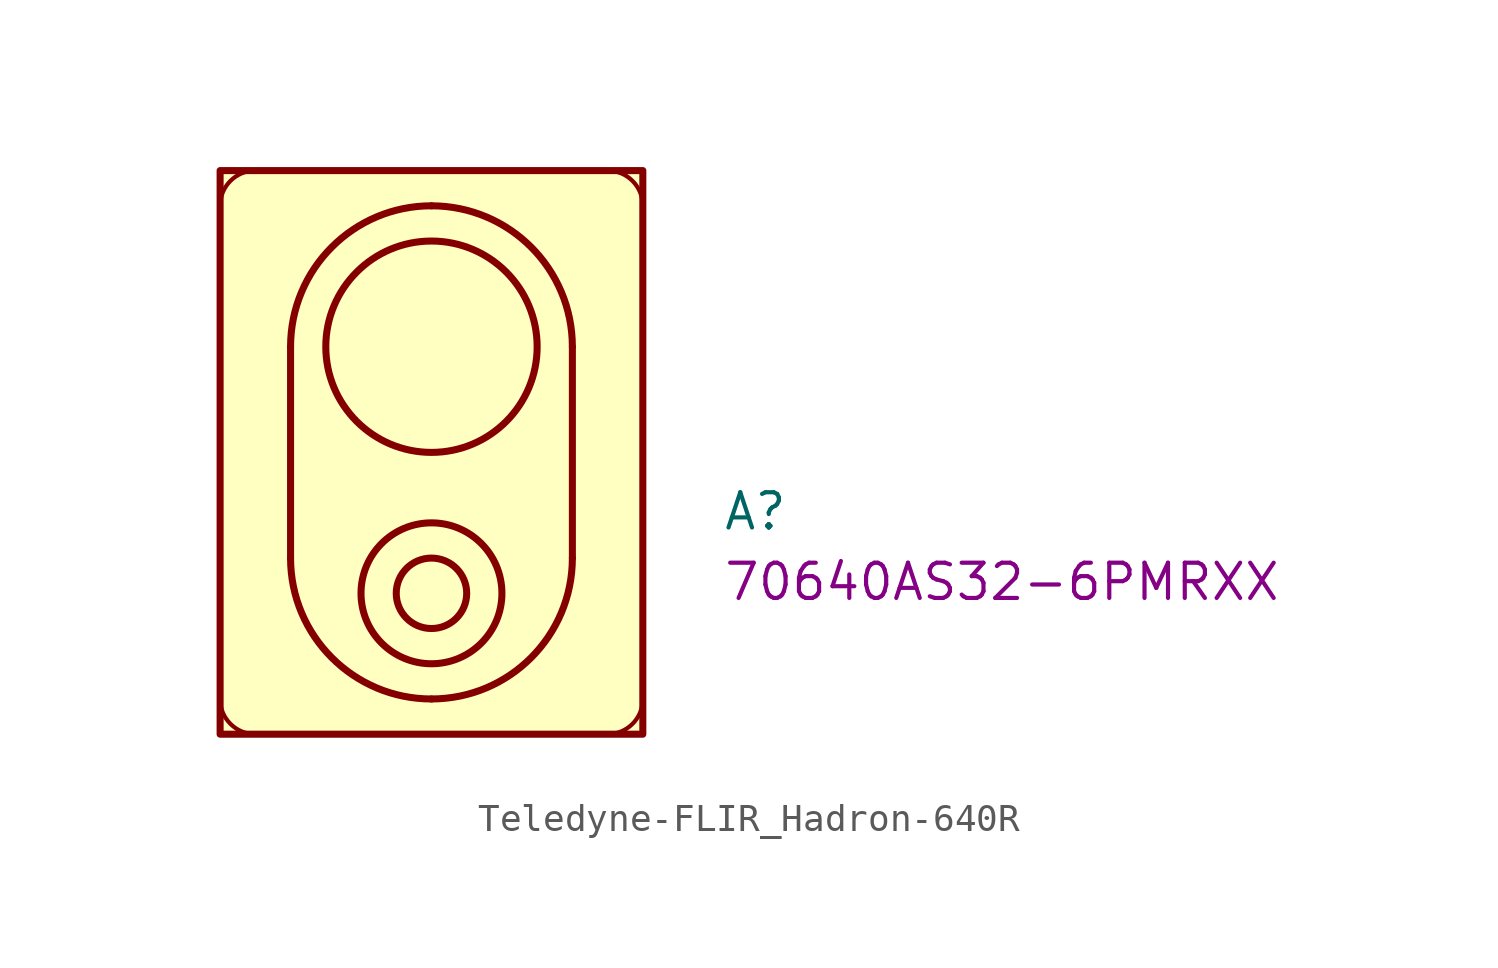
<source format=kicad_sym>
(kicad_symbol_lib
  (version 20220914)
  (generator kicad_symbol_editor)
  (symbol "Teledyne-FLIR_Hadron-640R"
    (property "Reference" "A"
      (at 10.49 -2.87 0)
      (effects (font (size 1.27 1.27) (thickness 0.15)) (justify left bottom)))
    (property "MPN" "70640AS32-6PMRXX"
      (at 10.49 -5.41 0)
      (effects (font (size 1.27 1.27) (thickness 0.15)) (justify left bottom)))
    (symbol "Teledyne-FLIR_Hadron-640R_0_1"
      (arc (start -7.62 -8.89) (mid -7.248 -9.788) (end -6.35 -10.16) (stroke (width 0) (type default)) (fill (type none)))
      (arc (start -6.35 10.16) (mid -7.248 9.788) (end -7.62 8.89) (stroke (width 0) (type default)) (fill (type none)))
      (arc (start 6.35 -10.16) (mid 7.248 -9.788) (end 7.62 -8.89) (stroke (width 0) (type default)) (fill (type none)))
      (arc (start 7.62 8.89) (mid 7.248 9.788) (end 6.35 10.16) (stroke (width 0) (type default)) (fill (type none))))
    (symbol "Teledyne-FLIR_Hadron-640R_1_1"
      (rectangle (start -7.62 10.16) (end 7.62 -10.16) (stroke (width 0.254) (type default)) (fill (type background)))
      (arc (start -5.08 -3.81) (mid -3.5921 -7.4021) (end 0 -8.89) (stroke (width 0.254) (type default)) (fill (type background)))
      (arc (start 0 -8.89) (mid 3.5921 -7.4021) (end 5.08 -3.81) (stroke (width 0.254) (type default)) (fill (type background)))
      (circle (center 0 -5.08) (radius 1.27) (stroke (width 0.254) (type default)) (fill (type background)))
      (circle (center 0 -5.08) (radius 2.54) (stroke (width 0.254) (type default)) (fill (type background)))
      (polyline (pts (xy -5.08 3.81) (xy -5.08 -3.81)) (stroke (width 0.254) (type default)) (fill (type background)))
      (polyline (pts (xy 5.08 3.81) (xy 5.08 -3.81)) (stroke (width 0.254) (type default)) (fill (type background)))
      (circle (center 0 3.81) (radius 3.81) (stroke (width 0.254) (type default)) (fill (type background)))
      (arc (start 0 8.89) (mid -3.5921 7.4021) (end -5.08 3.81) (stroke (width 0.254) (type default)) (fill (type background)))
      (arc (start 5.08 3.81) (mid 3.5921 7.4021) (end 0 8.89) (stroke (width 0.254) (type default)) (fill (type background))))))
</source>
